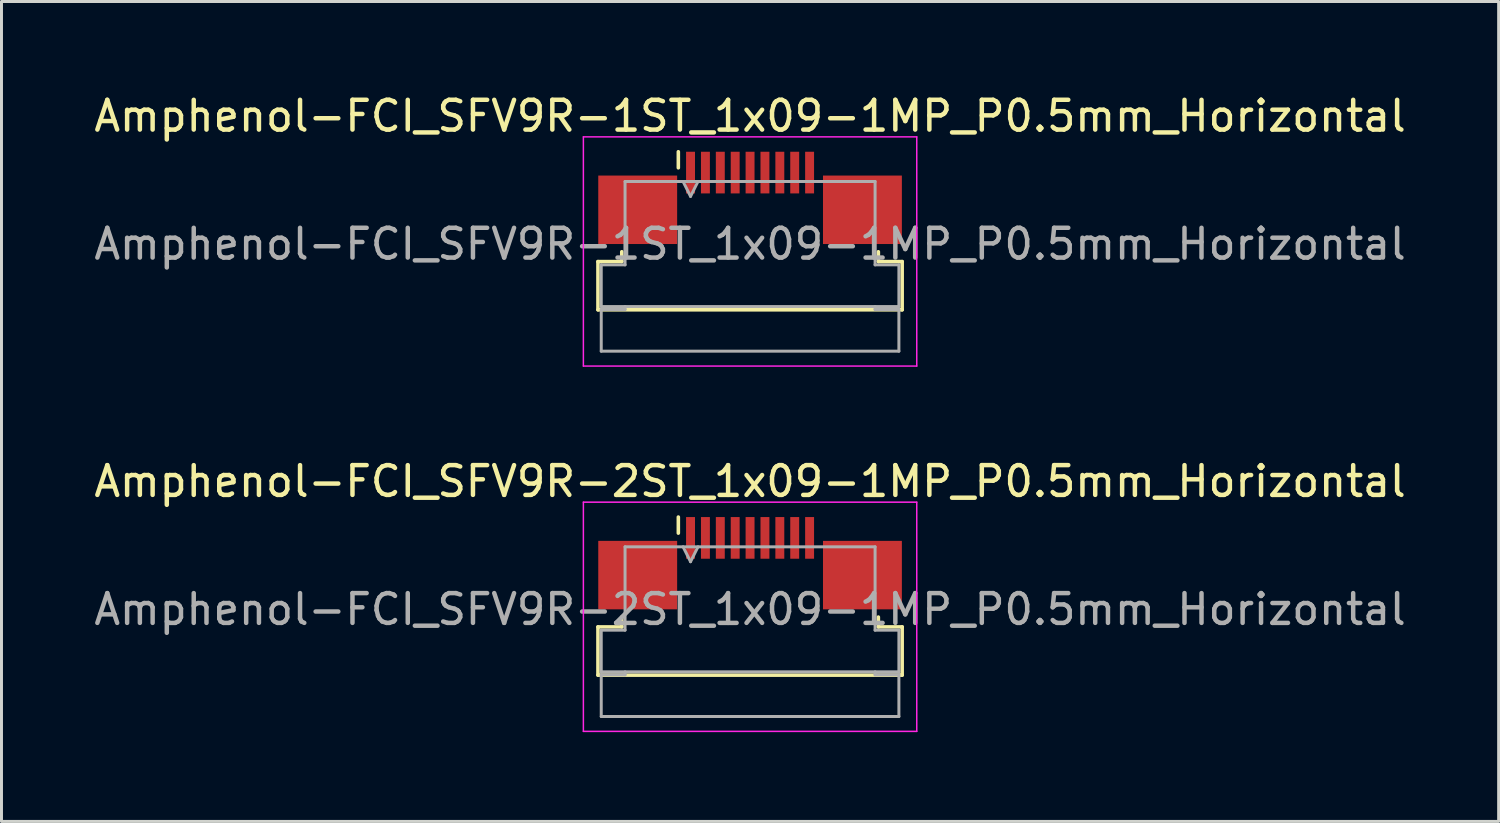
<source format=kicad_pcb>
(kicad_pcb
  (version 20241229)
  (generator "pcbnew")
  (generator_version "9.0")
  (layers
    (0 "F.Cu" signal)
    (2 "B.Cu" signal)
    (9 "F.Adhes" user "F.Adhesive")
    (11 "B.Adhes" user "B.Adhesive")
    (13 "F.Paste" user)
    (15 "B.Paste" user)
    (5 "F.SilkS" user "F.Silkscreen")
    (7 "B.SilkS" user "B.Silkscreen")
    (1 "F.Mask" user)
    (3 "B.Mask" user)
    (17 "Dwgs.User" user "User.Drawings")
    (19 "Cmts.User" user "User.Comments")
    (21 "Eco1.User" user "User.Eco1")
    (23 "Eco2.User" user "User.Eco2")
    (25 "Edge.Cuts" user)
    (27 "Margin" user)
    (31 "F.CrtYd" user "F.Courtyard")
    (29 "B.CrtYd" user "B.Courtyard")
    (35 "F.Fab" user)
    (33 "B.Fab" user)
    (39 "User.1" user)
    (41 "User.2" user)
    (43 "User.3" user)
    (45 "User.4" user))
  (footprint "Amphenol-FCI_SFV9R-2ST_1x09-1MP_P0.5mm_Horizontal"
    (layer "F.Cu")
    (at 22.149 17.021)
    (property "Reference" "Amphenol-FCI_SFV9R-2ST_1x09-1MP_P0.5mm_Horizontal" (at 0 -3.9 0) (layer "F.SilkS") (effects (font (size 1 1) (thickness 0.15))))
    (attr smd)
    (fp_line (start -5.11 0.99) (end -4.31 0.99) (stroke (width 0.12) (type solid)) (layer "F.SilkS"))
    (fp_line (start -5.11 2.61) (end -5.11 0.99) (stroke (width 0.12) (type solid)) (layer "F.SilkS"))
    (fp_line (start -4.31 0.99) (end -4.31 0.66) (stroke (width 0.12) (type solid)) (layer "F.SilkS"))
    (fp_line (start -2.41 -2.16) (end -2.41 -2.7) (stroke (width 0.12) (type solid)) (layer "F.SilkS"))
    (fp_line (start 4.31 0.66) (end 4.31 0.99) (stroke (width 0.12) (type solid)) (layer "F.SilkS"))
    (fp_line (start 4.31 0.99) (end 5.11 0.99) (stroke (width 0.12) (type solid)) (layer "F.SilkS"))
    (fp_line (start 5.11 0.99) (end 5.11 2.61) (stroke (width 0.12) (type solid)) (layer "F.SilkS"))
    (fp_line (start 5.11 2.61) (end -5.11 2.61) (stroke (width 0.12) (type solid)) (layer "F.SilkS"))
    (fp_line (start -5.6 -3.2) (end -5.6 4.5) (stroke (width 0.05) (type solid)) (layer "F.CrtYd"))
    (fp_line (start -5.6 4.5) (end 5.6 4.5) (stroke (width 0.05) (type solid)) (layer "F.CrtYd"))
    (fp_line (start 5.6 -3.2) (end -5.6 -3.2) (stroke (width 0.05) (type solid)) (layer "F.CrtYd"))
    (fp_line (start 5.6 4.5) (end 5.6 -3.2) (stroke (width 0.05) (type solid)) (layer "F.CrtYd"))
    (fp_line (start -5 1.1) (end -4.2 1.1) (stroke (width 0.1) (type solid)) (layer "F.Fab"))
    (fp_line (start -5 2.5) (end -5 1.1) (stroke (width 0.1) (type solid)) (layer "F.Fab"))
    (fp_line (start -5 2.6) (end -4.2 2.6) (stroke (width 0.1) (type solid)) (layer "F.Fab"))
    (fp_line (start -5 4) (end -5 2.6) (stroke (width 0.1) (type solid)) (layer "F.Fab"))
    (fp_line (start -4.2 -1.7) (end 4.2 -1.7) (stroke (width 0.1) (type solid)) (layer "F.Fab"))
    (fp_line (start -4.2 1.1) (end -4.2 -1.7) (stroke (width 0.1) (type solid)) (layer "F.Fab"))
    (fp_line (start -4.2 2.6) (end -4.2 2.5) (stroke (width 0.1) (type solid)) (layer "F.Fab"))
    (fp_line (start -2.25 -1.7) (end -2 -1.2) (stroke (width 0.1) (type solid)) (layer "F.Fab"))
    (fp_line (start -2 -1.2) (end -1.75 -1.7) (stroke (width 0.1) (type solid)) (layer "F.Fab"))
    (fp_line (start 4.2 -1.7) (end 4.2 1.1) (stroke (width 0.1) (type solid)) (layer "F.Fab"))
    (fp_line (start 4.2 1.1) (end 5 1.1) (stroke (width 0.1) (type solid)) (layer "F.Fab"))
    (fp_line (start 4.2 2.5) (end 4.2 2.6) (stroke (width 0.1) (type solid)) (layer "F.Fab"))
    (fp_line (start 4.2 2.6) (end 5 2.6) (stroke (width 0.1) (type solid)) (layer "F.Fab"))
    (fp_line (start 5 1.1) (end 5 2.5) (stroke (width 0.1) (type solid)) (layer "F.Fab"))
    (fp_line (start 5 2.5) (end -5 2.5) (stroke (width 0.1) (type solid)) (layer "F.Fab"))
    (fp_line (start 5 2.6) (end 5 4) (stroke (width 0.1) (type solid)) (layer "F.Fab"))
    (fp_line (start 5 4) (end -5 4) (stroke (width 0.1) (type solid)) (layer "F.Fab"))
    (fp_text user "${REFERENCE}" (at 0 0.4 0) (layer "F.Fab") (effects (font (size 1 1) (thickness 0.15))))
    (pad "1" smd rect (at -2 -2) (size 0.3 1.4) (layers "F.Cu" "F.Mask" "F.Paste"))
    (pad "2" smd rect (at -1.5 -2) (size 0.3 1.4) (layers "F.Cu" "F.Mask" "F.Paste"))
    (pad "3" smd rect (at -1 -2) (size 0.3 1.4) (layers "F.Cu" "F.Mask" "F.Paste"))
    (pad "4" smd rect (at -0.5 -2) (size 0.3 1.4) (layers "F.Cu" "F.Mask" "F.Paste"))
    (pad "5" smd rect (at 0 -2) (size 0.3 1.4) (layers "F.Cu" "F.Mask" "F.Paste"))
    (pad "6" smd rect (at 0.5 -2) (size 0.3 1.4) (layers "F.Cu" "F.Mask" "F.Paste"))
    (pad "7" smd rect (at 1 -2) (size 0.3 1.4) (layers "F.Cu" "F.Mask" "F.Paste"))
    (pad "8" smd rect (at 1.5 -2) (size 0.3 1.4) (layers "F.Cu" "F.Mask" "F.Paste"))
    (pad "9" smd rect (at 2 -2) (size 0.3 1.4) (layers "F.Cu" "F.Mask" "F.Paste"))
    (pad "MP" smd rect (at -3.775 -0.75) (size 2.65 2.3) (layers "F.Cu" "F.Mask" "F.Paste"))
    (pad "MP" smd rect (at 3.775 -0.75) (size 2.65 2.3) (layers "F.Cu" "F.Mask" "F.Paste")))
  (footprint "Amphenol-FCI_SFV9R-1ST_1x09-1MP_P0.5mm_Horizontal"
    (layer "F.Cu")
    (at 22.149 4.748)
    (property "Reference" "Amphenol-FCI_SFV9R-1ST_1x09-1MP_P0.5mm_Horizontal" (at 0 -3.9 0) (layer "F.SilkS") (effects (font (size 1 1) (thickness 0.15))))
    (attr smd)
    (fp_line (start -5.11 0.99) (end -4.31 0.99) (stroke (width 0.12) (type solid)) (layer "F.SilkS"))
    (fp_line (start -5.11 2.61) (end -5.11 0.99) (stroke (width 0.12) (type solid)) (layer "F.SilkS"))
    (fp_line (start -4.31 0.99) (end -4.31 0.66) (stroke (width 0.12) (type solid)) (layer "F.SilkS"))
    (fp_line (start -2.41 -2.16) (end -2.41 -2.7) (stroke (width 0.12) (type solid)) (layer "F.SilkS"))
    (fp_line (start 4.31 0.66) (end 4.31 0.99) (stroke (width 0.12) (type solid)) (layer "F.SilkS"))
    (fp_line (start 4.31 0.99) (end 5.11 0.99) (stroke (width 0.12) (type solid)) (layer "F.SilkS"))
    (fp_line (start 5.11 0.99) (end 5.11 2.61) (stroke (width 0.12) (type solid)) (layer "F.SilkS"))
    (fp_line (start 5.11 2.61) (end -5.11 2.61) (stroke (width 0.12) (type solid)) (layer "F.SilkS"))
    (fp_line (start -5.6 -3.2) (end -5.6 4.5) (stroke (width 0.05) (type solid)) (layer "F.CrtYd"))
    (fp_line (start -5.6 4.5) (end 5.6 4.5) (stroke (width 0.05) (type solid)) (layer "F.CrtYd"))
    (fp_line (start 5.6 -3.2) (end -5.6 -3.2) (stroke (width 0.05) (type solid)) (layer "F.CrtYd"))
    (fp_line (start 5.6 4.5) (end 5.6 -3.2) (stroke (width 0.05) (type solid)) (layer "F.CrtYd"))
    (fp_line (start -5 1.1) (end -4.2 1.1) (stroke (width 0.1) (type solid)) (layer "F.Fab"))
    (fp_line (start -5 2.5) (end -5 1.1) (stroke (width 0.1) (type solid)) (layer "F.Fab"))
    (fp_line (start -5 2.6) (end -4.2 2.6) (stroke (width 0.1) (type solid)) (layer "F.Fab"))
    (fp_line (start -5 4) (end -5 2.6) (stroke (width 0.1) (type solid)) (layer "F.Fab"))
    (fp_line (start -4.2 -1.7) (end 4.2 -1.7) (stroke (width 0.1) (type solid)) (layer "F.Fab"))
    (fp_line (start -4.2 1.1) (end -4.2 -1.7) (stroke (width 0.1) (type solid)) (layer "F.Fab"))
    (fp_line (start -4.2 2.6) (end -4.2 2.5) (stroke (width 0.1) (type solid)) (layer "F.Fab"))
    (fp_line (start -2.25 -1.7) (end -2 -1.2) (stroke (width 0.1) (type solid)) (layer "F.Fab"))
    (fp_line (start -2 -1.2) (end -1.75 -1.7) (stroke (width 0.1) (type solid)) (layer "F.Fab"))
    (fp_line (start 4.2 -1.7) (end 4.2 1.1) (stroke (width 0.1) (type solid)) (layer "F.Fab"))
    (fp_line (start 4.2 1.1) (end 5 1.1) (stroke (width 0.1) (type solid)) (layer "F.Fab"))
    (fp_line (start 4.2 2.5) (end 4.2 2.6) (stroke (width 0.1) (type solid)) (layer "F.Fab"))
    (fp_line (start 4.2 2.6) (end 5 2.6) (stroke (width 0.1) (type solid)) (layer "F.Fab"))
    (fp_line (start 5 1.1) (end 5 2.5) (stroke (width 0.1) (type solid)) (layer "F.Fab"))
    (fp_line (start 5 2.5) (end -5 2.5) (stroke (width 0.1) (type solid)) (layer "F.Fab"))
    (fp_line (start 5 2.6) (end 5 4) (stroke (width 0.1) (type solid)) (layer "F.Fab"))
    (fp_line (start 5 4) (end -5 4) (stroke (width 0.1) (type solid)) (layer "F.Fab"))
    (fp_text user "${REFERENCE}" (at 0 0.4 0) (layer "F.Fab") (effects (font (size 1 1) (thickness 0.15))))
    (pad "1" smd rect (at -2 -2) (size 0.3 1.4) (layers "F.Cu" "F.Mask" "F.Paste"))
    (pad "2" smd rect (at -1.5 -2) (size 0.3 1.4) (layers "F.Cu" "F.Mask" "F.Paste"))
    (pad "3" smd rect (at -1 -2) (size 0.3 1.4) (layers "F.Cu" "F.Mask" "F.Paste"))
    (pad "4" smd rect (at -0.5 -2) (size 0.3 1.4) (layers "F.Cu" "F.Mask" "F.Paste"))
    (pad "5" smd rect (at 0 -2) (size 0.3 1.4) (layers "F.Cu" "F.Mask" "F.Paste"))
    (pad "6" smd rect (at 0.5 -2) (size 0.3 1.4) (layers "F.Cu" "F.Mask" "F.Paste"))
    (pad "7" smd rect (at 1 -2) (size 0.3 1.4) (layers "F.Cu" "F.Mask" "F.Paste"))
    (pad "8" smd rect (at 1.5 -2) (size 0.3 1.4) (layers "F.Cu" "F.Mask" "F.Paste"))
    (pad "9" smd rect (at 2 -2) (size 0.3 1.4) (layers "F.Cu" "F.Mask" "F.Paste"))
    (pad "MP" smd rect (at -3.775 -0.75) (size 2.65 2.3) (layers "F.Cu" "F.Mask" "F.Paste"))
    (pad "MP" smd rect (at 3.775 -0.75) (size 2.65 2.3) (layers "F.Cu" "F.Mask" "F.Paste")))
  (gr_rect
    (start -3 -3)
    (end 47.298 24.547)
    (stroke (width 0.1) (type default))
    (fill no)
    (layer "Edge.Cuts")))
</source>
